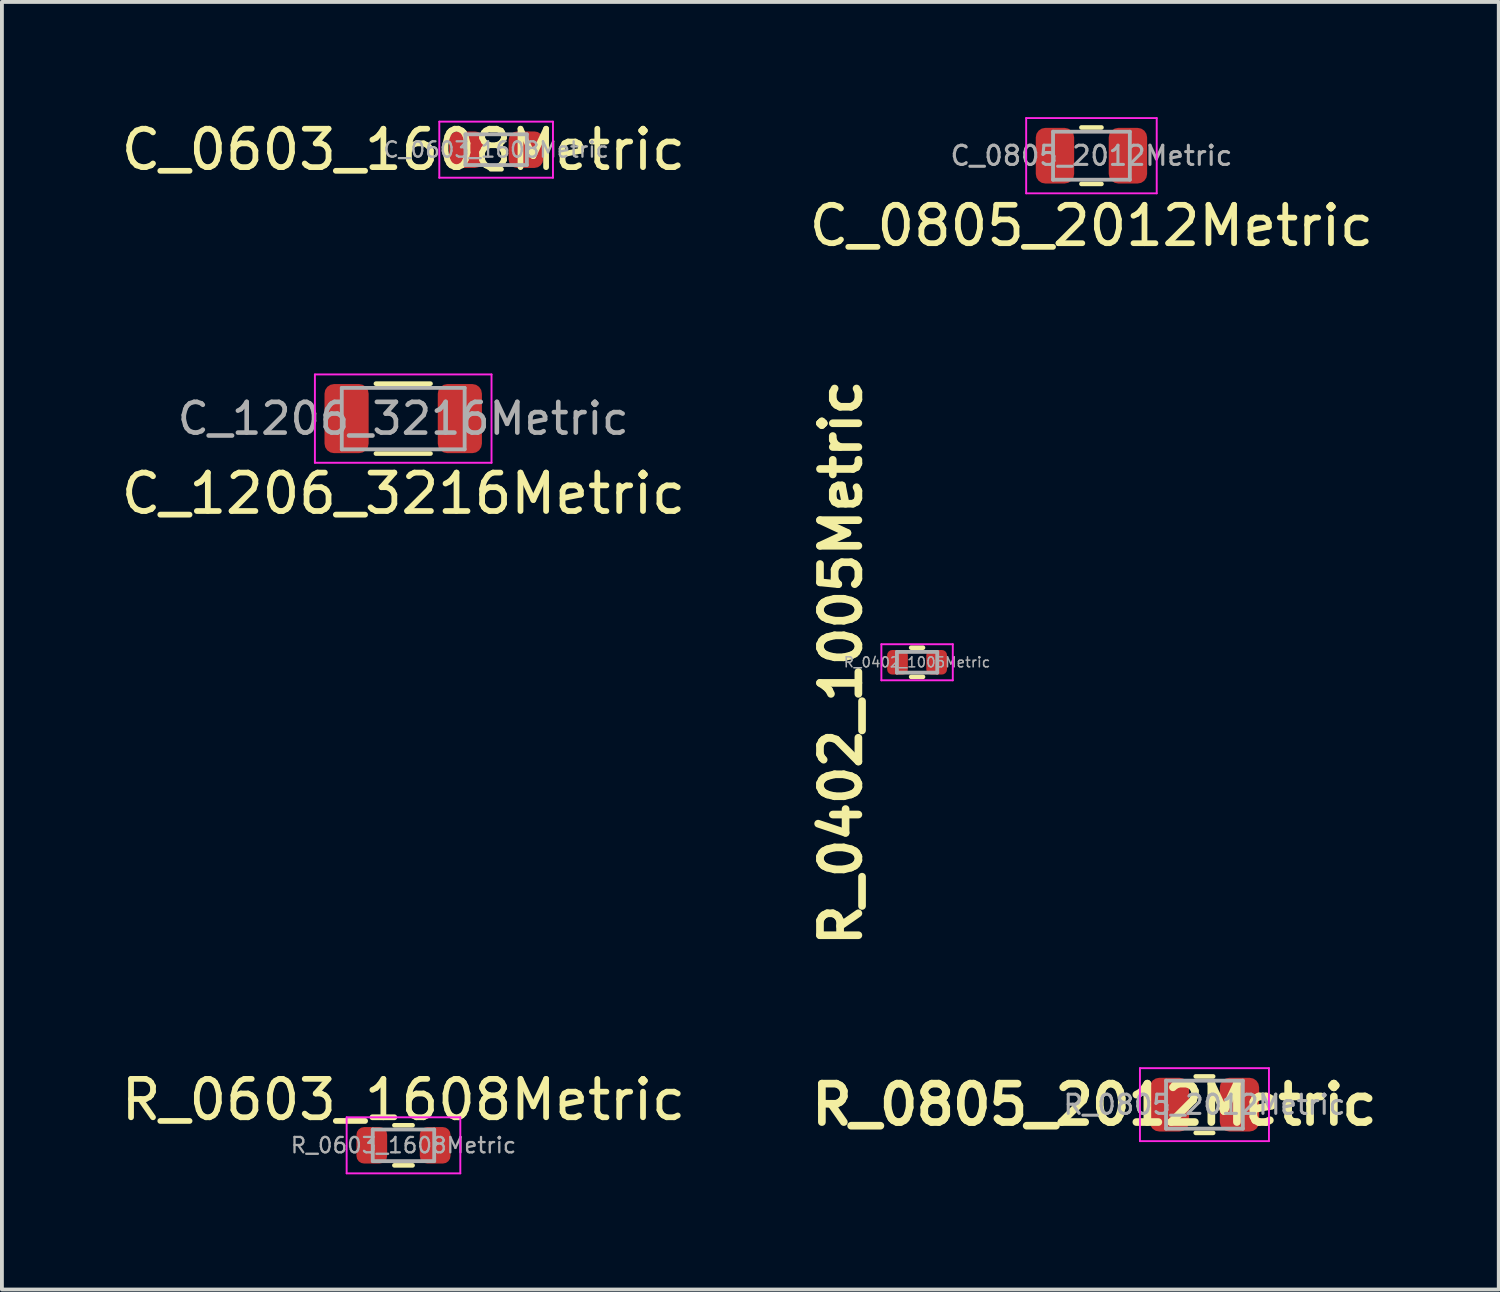
<source format=kicad_pcb>
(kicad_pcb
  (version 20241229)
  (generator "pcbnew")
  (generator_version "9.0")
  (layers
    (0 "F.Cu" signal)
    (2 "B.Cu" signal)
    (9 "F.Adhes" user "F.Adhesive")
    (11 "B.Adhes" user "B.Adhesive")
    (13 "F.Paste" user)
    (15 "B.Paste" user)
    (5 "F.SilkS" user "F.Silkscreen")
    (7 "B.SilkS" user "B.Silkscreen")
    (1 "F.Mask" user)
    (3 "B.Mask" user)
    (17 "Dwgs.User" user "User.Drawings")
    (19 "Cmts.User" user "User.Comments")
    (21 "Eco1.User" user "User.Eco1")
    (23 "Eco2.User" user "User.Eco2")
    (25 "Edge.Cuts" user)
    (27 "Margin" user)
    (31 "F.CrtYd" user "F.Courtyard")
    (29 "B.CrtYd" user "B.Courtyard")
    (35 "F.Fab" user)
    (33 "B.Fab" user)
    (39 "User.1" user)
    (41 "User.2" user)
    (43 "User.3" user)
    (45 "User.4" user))
  (footprint "C_1206_3216Metric"
    (layer "F.Cu")
    (at 7.451 7.852)
    (property "Reference" "C_1206_3216Metric" (at 0.007 1.951 0) (layer "F.SilkS") (effects (font (size 1 1) (thickness 0.15))))
    (attr smd)
    (fp_line (start -0.711 -0.91) (end 0.711 -0.91) (stroke (width 0.12) (type solid)) (layer "F.SilkS"))
    (fp_line (start -0.711 0.91) (end 0.711 0.91) (stroke (width 0.12) (type solid)) (layer "F.SilkS"))
    (fp_line (start -2.3 -1.15) (end 2.3 -1.15) (stroke (width 0.05) (type solid)) (layer "F.CrtYd"))
    (fp_line (start -2.3 1.15) (end -2.3 -1.15) (stroke (width 0.05) (type solid)) (layer "F.CrtYd"))
    (fp_line (start 2.3 -1.15) (end 2.3 1.15) (stroke (width 0.05) (type solid)) (layer "F.CrtYd"))
    (fp_line (start 2.3 1.15) (end -2.3 1.15) (stroke (width 0.05) (type solid)) (layer "F.CrtYd"))
    (fp_line (start -1.6 -0.8) (end 1.6 -0.8) (stroke (width 0.1) (type solid)) (layer "F.Fab"))
    (fp_line (start -1.6 0.8) (end -1.6 -0.8) (stroke (width 0.1) (type solid)) (layer "F.Fab"))
    (fp_line (start 1.6 -0.8) (end 1.6 0.8) (stroke (width 0.1) (type solid)) (layer "F.Fab"))
    (fp_line (start 1.6 0.8) (end -1.6 0.8) (stroke (width 0.1) (type solid)) (layer "F.Fab"))
    (fp_text user "${REFERENCE}" (at 0 0 0) (layer "F.Fab") (effects (font (size 0.8 0.8) (thickness 0.12))))
    (pad "1" smd roundrect (at -1.475 0) (size 1.15 1.8) (layers "F.Cu" "F.Mask" "F.Paste") (roundrect_rratio 0.217))
    (pad "2" smd roundrect (at 1.475 0) (size 1.15 1.8) (layers "F.Cu" "F.Mask" "F.Paste") (roundrect_rratio 0.217)))
  (footprint "C_0603_1608Metric"
    (layer "F.Cu")
    (at 9.871 0.848)
    (property "Reference" "C_0603_1608Metric" (at -2.413 0 0) (layer "F.SilkS") (effects (font (size 1 1) (thickness 0.15))))
    (attr smd)
    (fp_line (start -0.141 -0.51) (end 0.141 -0.51) (stroke (width 0.12) (type solid)) (layer "F.SilkS"))
    (fp_line (start -0.141 0.51) (end 0.141 0.51) (stroke (width 0.12) (type solid)) (layer "F.SilkS"))
    (fp_line (start -1.48 -0.73) (end 1.48 -0.73) (stroke (width 0.05) (type solid)) (layer "F.CrtYd"))
    (fp_line (start -1.48 0.73) (end -1.48 -0.73) (stroke (width 0.05) (type solid)) (layer "F.CrtYd"))
    (fp_line (start 1.48 -0.73) (end 1.48 0.73) (stroke (width 0.05) (type solid)) (layer "F.CrtYd"))
    (fp_line (start 1.48 0.73) (end -1.48 0.73) (stroke (width 0.05) (type solid)) (layer "F.CrtYd"))
    (fp_line (start -0.8 -0.4) (end 0.8 -0.4) (stroke (width 0.1) (type solid)) (layer "F.Fab"))
    (fp_line (start -0.8 0.4) (end -0.8 -0.4) (stroke (width 0.1) (type solid)) (layer "F.Fab"))
    (fp_line (start 0.8 -0.4) (end 0.8 0.4) (stroke (width 0.1) (type solid)) (layer "F.Fab"))
    (fp_line (start 0.8 0.4) (end -0.8 0.4) (stroke (width 0.1) (type solid)) (layer "F.Fab"))
    (fp_text user "${REFERENCE}" (at 0 0 0) (layer "F.Fab") (effects (font (size 0.4 0.4) (thickness 0.06))))
    (pad "1" smd roundrect (at -0.775 0) (size 0.9 0.95) (layers "F.Cu" "F.Mask" "F.Paste") (roundrect_rratio 0.25))
    (pad "2" smd roundrect (at 0.775 0) (size 0.9 0.95) (layers "F.Cu" "F.Mask" "F.Paste") (roundrect_rratio 0.25)))
  (footprint "R_0603_1608Metric"
    (layer "F.Cu")
    (at 7.458 26.778)
    (property "Reference" "R_0603_1608Metric" (at 0 -1.185 180) (layer "F.SilkS") (effects (font (size 1 1) (thickness 0.15))))
    (attr smd)
    (fp_line (start -0.237 -0.522) (end 0.237 -0.522) (stroke (width 0.12) (type solid)) (layer "F.SilkS"))
    (fp_line (start -0.237 0.522) (end 0.237 0.522) (stroke (width 0.12) (type solid)) (layer "F.SilkS"))
    (fp_line (start -1.48 -0.73) (end 1.48 -0.73) (stroke (width 0.05) (type solid)) (layer "F.CrtYd"))
    (fp_line (start -1.48 0.73) (end -1.48 -0.73) (stroke (width 0.05) (type solid)) (layer "F.CrtYd"))
    (fp_line (start 1.48 -0.73) (end 1.48 0.73) (stroke (width 0.05) (type solid)) (layer "F.CrtYd"))
    (fp_line (start 1.48 0.73) (end -1.48 0.73) (stroke (width 0.05) (type solid)) (layer "F.CrtYd"))
    (fp_line (start -0.8 -0.412) (end 0.8 -0.412) (stroke (width 0.1) (type solid)) (layer "F.Fab"))
    (fp_line (start -0.8 0.412) (end -0.8 -0.412) (stroke (width 0.1) (type solid)) (layer "F.Fab"))
    (fp_line (start 0.8 -0.412) (end 0.8 0.412) (stroke (width 0.1) (type solid)) (layer "F.Fab"))
    (fp_line (start 0.8 0.412) (end -0.8 0.412) (stroke (width 0.1) (type solid)) (layer "F.Fab"))
    (fp_text user "${REFERENCE}" (at 0 0 180) (layer "F.Fab") (effects (font (size 0.4 0.4) (thickness 0.06))))
    (pad "1" smd roundrect (at -0.825 0) (size 0.8 0.95) (layers "F.Cu" "F.Mask" "F.Paste") (roundrect_rratio 0.25))
    (pad "2" smd roundrect (at 0.825 0) (size 0.8 0.95) (layers "F.Cu" "F.Mask" "F.Paste") (roundrect_rratio 0.25)))
  (footprint "R_0402_1005Metric"
    (layer "F.Cu")
    (at 20.834 14.198)
    (property "Reference" "R_0402_1005Metric" (at -1.981 0.013 90) (layer "F.SilkS") (effects (font (size 1 1) (thickness 0.2))))
    (attr smd)
    (fp_line (start -0.154 -0.38) (end 0.154 -0.38) (stroke (width 0.12) (type solid)) (layer "F.SilkS"))
    (fp_line (start -0.154 0.38) (end 0.154 0.38) (stroke (width 0.12) (type solid)) (layer "F.SilkS"))
    (fp_line (start -0.93 -0.47) (end 0.93 -0.47) (stroke (width 0.05) (type solid)) (layer "F.CrtYd"))
    (fp_line (start -0.93 0.47) (end -0.93 -0.47) (stroke (width 0.05) (type solid)) (layer "F.CrtYd"))
    (fp_line (start 0.93 -0.47) (end 0.93 0.47) (stroke (width 0.05) (type solid)) (layer "F.CrtYd"))
    (fp_line (start 0.93 0.47) (end -0.93 0.47) (stroke (width 0.05) (type solid)) (layer "F.CrtYd"))
    (fp_line (start -0.525 -0.27) (end 0.525 -0.27) (stroke (width 0.1) (type solid)) (layer "F.Fab"))
    (fp_line (start -0.525 0.27) (end -0.525 -0.27) (stroke (width 0.1) (type solid)) (layer "F.Fab"))
    (fp_line (start 0.525 -0.27) (end 0.525 0.27) (stroke (width 0.1) (type solid)) (layer "F.Fab"))
    (fp_line (start 0.525 0.27) (end -0.525 0.27) (stroke (width 0.1) (type solid)) (layer "F.Fab"))
    (fp_text user "${REFERENCE}" (at 0 0 0) (layer "F.Fab") (effects (font (size 0.26 0.26) (thickness 0.04))))
    (pad "1" smd roundrect (at -0.51 0) (size 0.54 0.64) (layers "F.Cu" "F.Mask" "F.Paste") (roundrect_rratio 0.25))
    (pad "2" smd roundrect (at 0.51 0) (size 0.54 0.64) (layers "F.Cu" "F.Mask" "F.Paste") (roundrect_rratio 0.25)))
  (footprint "R_0805_2012Metric"
    (layer "F.Cu")
    (at 28.318 25.719)
    (property "Reference" "R_0805_2012Metric" (at -2.868 0.001 0) (layer "F.SilkS") (effects (font (size 1 1) (thickness 0.2))))
    (attr smd)
    (fp_line (start -0.227 -0.735) (end 0.227 -0.735) (stroke (width 0.12) (type solid)) (layer "F.SilkS"))
    (fp_line (start -0.227 0.735) (end 0.227 0.735) (stroke (width 0.12) (type solid)) (layer "F.SilkS"))
    (fp_line (start -1.68 -0.95) (end 1.68 -0.95) (stroke (width 0.05) (type solid)) (layer "F.CrtYd"))
    (fp_line (start -1.68 0.95) (end -1.68 -0.95) (stroke (width 0.05) (type solid)) (layer "F.CrtYd"))
    (fp_line (start 1.68 -0.95) (end 1.68 0.95) (stroke (width 0.05) (type solid)) (layer "F.CrtYd"))
    (fp_line (start 1.68 0.95) (end -1.68 0.95) (stroke (width 0.05) (type solid)) (layer "F.CrtYd"))
    (fp_line (start -1 -0.625) (end 1 -0.625) (stroke (width 0.1) (type solid)) (layer "F.Fab"))
    (fp_line (start -1 0.625) (end -1 -0.625) (stroke (width 0.1) (type solid)) (layer "F.Fab"))
    (fp_line (start 1 -0.625) (end 1 0.625) (stroke (width 0.1) (type solid)) (layer "F.Fab"))
    (fp_line (start 1 0.625) (end -1 0.625) (stroke (width 0.1) (type solid)) (layer "F.Fab"))
    (fp_text user "${REFERENCE}" (at 0 0 0) (layer "F.Fab") (effects (font (size 0.5 0.5) (thickness 0.08))))
    (pad "1" smd roundrect (at -0.912 0) (size 1.025 1.4) (layers "F.Cu" "F.Mask" "F.Paste") (roundrect_rratio 0.244))
    (pad "2" smd roundrect (at 0.912 0) (size 1.025 1.4) (layers "F.Cu" "F.Mask" "F.Paste") (roundrect_rratio 0.244)))
  (footprint "C_0805_2012Metric"
    (layer "F.Cu")
    (at 25.375 1.005)
    (property "Reference" "C_0805_2012Metric" (at 0 1.824 180) (layer "F.SilkS") (effects (font (size 1 1) (thickness 0.15))))
    (attr smd)
    (fp_line (start -0.261 -0.735) (end 0.261 -0.735) (stroke (width 0.12) (type solid)) (layer "F.SilkS"))
    (fp_line (start -0.261 0.735) (end 0.261 0.735) (stroke (width 0.12) (type solid)) (layer "F.SilkS"))
    (fp_line (start -1.7 -0.98) (end 1.7 -0.98) (stroke (width 0.05) (type solid)) (layer "F.CrtYd"))
    (fp_line (start -1.7 0.98) (end -1.7 -0.98) (stroke (width 0.05) (type solid)) (layer "F.CrtYd"))
    (fp_line (start 1.7 -0.98) (end 1.7 0.98) (stroke (width 0.05) (type solid)) (layer "F.CrtYd"))
    (fp_line (start 1.7 0.98) (end -1.7 0.98) (stroke (width 0.05) (type solid)) (layer "F.CrtYd"))
    (fp_line (start -1 -0.625) (end 1 -0.625) (stroke (width 0.1) (type solid)) (layer "F.Fab"))
    (fp_line (start -1 0.625) (end -1 -0.625) (stroke (width 0.1) (type solid)) (layer "F.Fab"))
    (fp_line (start 1 -0.625) (end 1 0.625) (stroke (width 0.1) (type solid)) (layer "F.Fab"))
    (fp_line (start 1 0.625) (end -1 0.625) (stroke (width 0.1) (type solid)) (layer "F.Fab"))
    (fp_text user "${REFERENCE}" (at 0 0 180) (layer "F.Fab") (effects (font (size 0.5 0.5) (thickness 0.08))))
    (pad "1" smd roundrect (at -0.95 0) (size 1 1.45) (layers "F.Cu" "F.Mask" "F.Paste") (roundrect_rratio 0.25))
    (pad "2" smd roundrect (at 0.95 0) (size 1 1.45) (layers "F.Cu" "F.Mask" "F.Paste") (roundrect_rratio 0.25)))
  (gr_rect
    (start -3 -3)
    (end 35.983 30.533)
    (stroke (width 0.1) (type default))
    (fill no)
    (layer "Edge.Cuts")))
</source>
